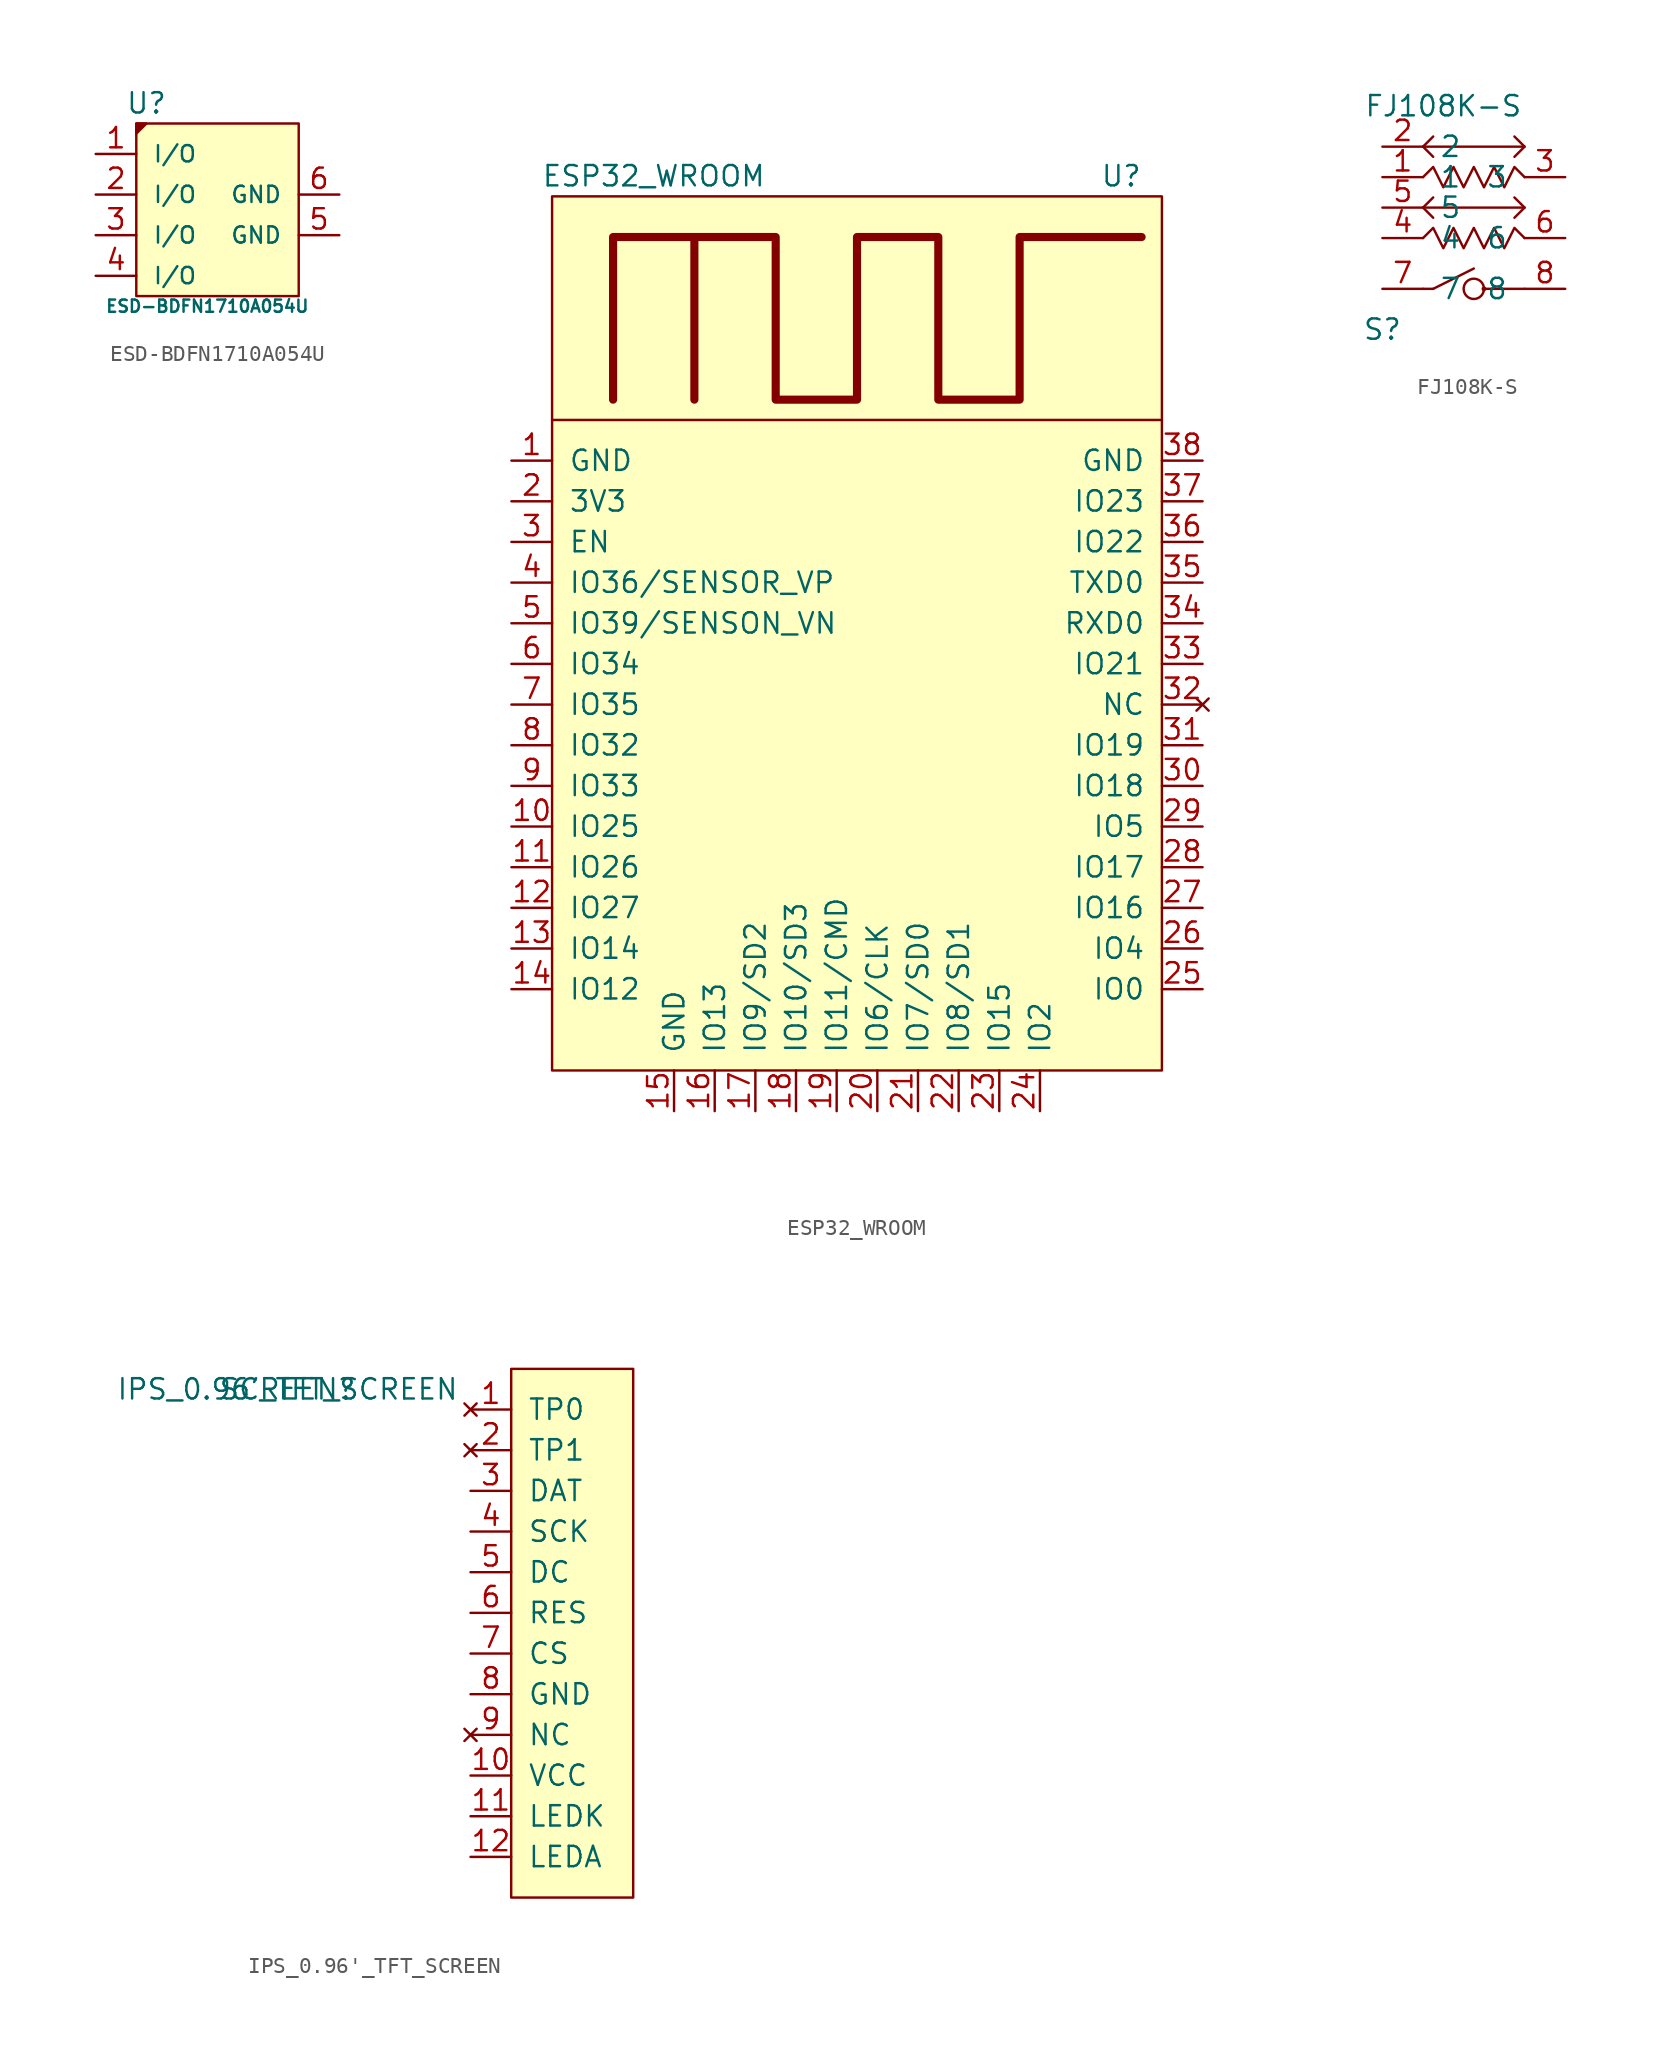
<source format=kicad_sym>
(kicad_symbol_lib
  (version 20211014)
  (generator kicad_symbol_editor)
  (symbol "ESD-BDFN1710A054U"
    (pin_names
      (offset 1.016))
    (property "Reference" "U"
      (at -4.445 5.715 0)
      (effects (font (size 1.27 1.27))))
    (property "Value" "ESD-BDFN1710A054U"
      (at -0.635 -6.985 0)
      (effects (font (size 0.762 0.762))))
    (symbol "ESD-BDFN1710A054U_0_1"
      (rectangle (start -5.08 -6.35) (end 5.08 4.445) (stroke (width 0) (type default) (color 0 0 0 0)) (fill (type background)))
      (polyline (pts (xy -5.08 4.445) (xy -5.08 3.81) (xy -4.445 4.445) (xy -5.08 4.445)) (stroke (width 0) (type default) (color 0 0 0 0)) (fill (type outline))))
    (symbol "ESD-BDFN1710A054U_1_1"
      (pin bidirectional line (at -7.62 2.54 0) (length 2.54) (name "I/O" (effects (font (size 1.016 1.016)))) (number "1" (effects (font (size 1.27 1.27)))))
      (pin bidirectional line (at -7.62 0 0) (length 2.54) (name "I/O" (effects (font (size 1.016 1.016)))) (number "2" (effects (font (size 1.27 1.27)))))
      (pin bidirectional line (at -7.62 -2.54 0) (length 2.54) (name "I/O" (effects (font (size 1.016 1.016)))) (number "3" (effects (font (size 1.27 1.27)))))
      (pin bidirectional line (at -7.62 -5.08 0) (length 2.54) (name "I/O" (effects (font (size 1.016 1.016)))) (number "4" (effects (font (size 1.27 1.27)))))
      (pin bidirectional line (at 7.62 -2.54 180) (length 2.54) (name "GND" (effects (font (size 1.016 1.016)))) (number "5" (effects (font (size 1.27 1.27)))))
      (pin bidirectional line (at 7.62 0 180) (length 2.54) (name "GND" (effects (font (size 1.016 1.016)))) (number "6" (effects (font (size 1.27 1.27)))))))
  (symbol "ESP32_WROOM"
    (pin_names
      (offset 1.016))
    (property "Reference" "U"
      (at 35.56 55.88 0)
      (effects (font (size 1.27 1.27))))
    (property "Value" "ESP32_WROOM"
      (at 6.35 55.88 0)
      (effects (font (size 1.27 1.27))))
    (symbol "ESP32_WROOM_0_1"
      (polyline (pts (xy 0 40.64) (xy 38.1 40.64)) (stroke (width 0) (type default) (color 0 0 0 0)) (fill (type none)))
      (polyline (pts (xy 3.81 41.91) (xy 3.81 52.07) (xy 8.89 52.07) (xy 8.89 41.91)) (stroke (width 0.508) (type default) (color 0 0 0 0)) (fill (type none)))
      (polyline (pts (xy 8.89 52.07) (xy 13.97 52.07) (xy 13.97 41.91) (xy 19.05 41.91) (xy 19.05 52.07) (xy 24.13 52.07) (xy 24.13 41.91) (xy 29.21 41.91) (xy 29.21 52.07) (xy 36.83 52.07)) (stroke (width 0.508) (type default) (color 0 0 0 0)) (fill (type none)))
      (rectangle (start 0 0) (end 38.1 54.61) (stroke (width 0) (type default) (color 0 0 0 0)) (fill (type background))))
    (symbol "ESP32_WROOM_1_1"
      (pin power_in line (at 40.64 38.1 180) (length 2.54) hide (name "GND" (effects (font (size 1.27 1.27)))) (number "0" (effects (font (size 1.27 1.27)))))
      (pin power_in line (at -2.54 38.1 0) (length 2.54) (name "GND" (effects (font (size 1.27 1.27)))) (number "1" (effects (font (size 1.27 1.27)))))
      (pin bidirectional line (at -2.54 15.24 0) (length 2.54) (name "IO25" (effects (font (size 1.27 1.27)))) (number "10" (effects (font (size 1.27 1.27)))))
      (pin bidirectional line (at -2.54 12.7 0) (length 2.54) (name "IO26" (effects (font (size 1.27 1.27)))) (number "11" (effects (font (size 1.27 1.27)))))
      (pin bidirectional line (at -2.54 10.16 0) (length 2.54) (name "IO27" (effects (font (size 1.27 1.27)))) (number "12" (effects (font (size 1.27 1.27)))))
      (pin bidirectional line (at -2.54 7.62 0) (length 2.54) (name "IO14" (effects (font (size 1.27 1.27)))) (number "13" (effects (font (size 1.27 1.27)))))
      (pin bidirectional line (at -2.54 5.08 0) (length 2.54) (name "IO12" (effects (font (size 1.27 1.27)))) (number "14" (effects (font (size 1.27 1.27)))))
      (pin power_in line (at 7.62 -2.54 90) (length 2.54) (name "GND" (effects (font (size 1.27 1.27)))) (number "15" (effects (font (size 1.27 1.27)))))
      (pin bidirectional line (at 10.16 -2.54 90) (length 2.54) (name "IO13" (effects (font (size 1.27 1.27)))) (number "16" (effects (font (size 1.27 1.27)))))
      (pin bidirectional line (at 12.7 -2.54 90) (length 2.54) (name "IO9/SD2" (effects (font (size 1.27 1.27)))) (number "17" (effects (font (size 1.27 1.27)))))
      (pin bidirectional line (at 15.24 -2.54 90) (length 2.54) (name "IO10/SD3" (effects (font (size 1.27 1.27)))) (number "18" (effects (font (size 1.27 1.27)))))
      (pin bidirectional line (at 17.78 -2.54 90) (length 2.54) (name "IO11/CMD" (effects (font (size 1.27 1.27)))) (number "19" (effects (font (size 1.27 1.27)))))
      (pin power_in line (at -2.54 35.56 0) (length 2.54) (name "3V3" (effects (font (size 1.27 1.27)))) (number "2" (effects (font (size 1.27 1.27)))))
      (pin bidirectional line (at 20.32 -2.54 90) (length 2.54) (name "IO6/CLK" (effects (font (size 1.27 1.27)))) (number "20" (effects (font (size 1.27 1.27)))))
      (pin bidirectional line (at 22.86 -2.54 90) (length 2.54) (name "IO7/SD0" (effects (font (size 1.27 1.27)))) (number "21" (effects (font (size 1.27 1.27)))))
      (pin bidirectional line (at 25.4 -2.54 90) (length 2.54) (name "IO8/SD1" (effects (font (size 1.27 1.27)))) (number "22" (effects (font (size 1.27 1.27)))))
      (pin bidirectional line (at 27.94 -2.54 90) (length 2.54) (name "IO15" (effects (font (size 1.27 1.27)))) (number "23" (effects (font (size 1.27 1.27)))))
      (pin bidirectional line (at 30.48 -2.54 90) (length 2.54) (name "IO2" (effects (font (size 1.27 1.27)))) (number "24" (effects (font (size 1.27 1.27)))))
      (pin bidirectional line (at 40.64 5.08 180) (length 2.54) (name "IO0" (effects (font (size 1.27 1.27)))) (number "25" (effects (font (size 1.27 1.27)))))
      (pin bidirectional line (at 40.64 7.62 180) (length 2.54) (name "IO4" (effects (font (size 1.27 1.27)))) (number "26" (effects (font (size 1.27 1.27)))))
      (pin bidirectional line (at 40.64 10.16 180) (length 2.54) (name "IO16" (effects (font (size 1.27 1.27)))) (number "27" (effects (font (size 1.27 1.27)))))
      (pin bidirectional line (at 40.64 12.7 180) (length 2.54) (name "IO17" (effects (font (size 1.27 1.27)))) (number "28" (effects (font (size 1.27 1.27)))))
      (pin bidirectional line (at 40.64 15.24 180) (length 2.54) (name "IO5" (effects (font (size 1.27 1.27)))) (number "29" (effects (font (size 1.27 1.27)))))
      (pin input line (at -2.54 33.02 0) (length 2.54) (name "EN" (effects (font (size 1.27 1.27)))) (number "3" (effects (font (size 1.27 1.27)))))
      (pin bidirectional line (at 40.64 17.78 180) (length 2.54) (name "IO18" (effects (font (size 1.27 1.27)))) (number "30" (effects (font (size 1.27 1.27)))))
      (pin bidirectional line (at 40.64 20.32 180) (length 2.54) (name "IO19" (effects (font (size 1.27 1.27)))) (number "31" (effects (font (size 1.27 1.27)))))
      (pin no_connect line (at 40.64 22.86 180) (length 2.54) (name "NC" (effects (font (size 1.27 1.27)))) (number "32" (effects (font (size 1.27 1.27)))))
      (pin bidirectional line (at 40.64 25.4 180) (length 2.54) (name "IO21" (effects (font (size 1.27 1.27)))) (number "33" (effects (font (size 1.27 1.27)))))
      (pin bidirectional line (at 40.64 27.94 180) (length 2.54) (name "RXD0" (effects (font (size 1.27 1.27)))) (number "34" (effects (font (size 1.27 1.27)))))
      (pin bidirectional line (at 40.64 30.48 180) (length 2.54) (name "TXD0" (effects (font (size 1.27 1.27)))) (number "35" (effects (font (size 1.27 1.27)))))
      (pin bidirectional line (at 40.64 33.02 180) (length 2.54) (name "IO22" (effects (font (size 1.27 1.27)))) (number "36" (effects (font (size 1.27 1.27)))))
      (pin bidirectional line (at 40.64 35.56 180) (length 2.54) (name "IO23" (effects (font (size 1.27 1.27)))) (number "37" (effects (font (size 1.27 1.27)))))
      (pin power_in line (at 40.64 38.1 180) (length 2.54) (name "GND" (effects (font (size 1.27 1.27)))) (number "38" (effects (font (size 1.27 1.27)))))
      (pin input line (at -2.54 30.48 0) (length 2.54) (name "IO36/SENSOR_VP" (effects (font (size 1.27 1.27)))) (number "4" (effects (font (size 1.27 1.27)))))
      (pin input line (at -2.54 27.94 0) (length 2.54) (name "IO39/SENSON_VN" (effects (font (size 1.27 1.27)))) (number "5" (effects (font (size 1.27 1.27)))))
      (pin input line (at -2.54 25.4 0) (length 2.54) (name "IO34" (effects (font (size 1.27 1.27)))) (number "6" (effects (font (size 1.27 1.27)))))
      (pin input line (at -2.54 22.86 0) (length 2.54) (name "IO35" (effects (font (size 1.27 1.27)))) (number "7" (effects (font (size 1.27 1.27)))))
      (pin bidirectional line (at -2.54 20.32 0) (length 2.54) (name "IO32" (effects (font (size 1.27 1.27)))) (number "8" (effects (font (size 1.27 1.27)))))
      (pin bidirectional line (at -2.54 17.78 0) (length 2.54) (name "IO33" (effects (font (size 1.27 1.27)))) (number "9" (effects (font (size 1.27 1.27)))))))
  (symbol "FJ108K-S"
    (pin_names
      (offset 1.016))
    (property "Reference" "S"
      (at -5.715 -5.08 0)
      (effects (font (size 1.27 1.27))))
    (property "Value" "FJ108K-S"
      (at -1.905 8.89 0)
      (effects (font (size 1.27 1.27))))
    (symbol "FJ108K-S_0_1"
      (circle (center 0 -2.54) (radius 0.635) (stroke (width 0) (type default) (color 0 0 0 0)) (fill (type none)))
      (polyline (pts (xy -3.175 2.54) (xy 3.175 2.54)) (stroke (width 0) (type default) (color 0 0 0 0)) (fill (type none)))
      (polyline (pts (xy -3.175 6.35) (xy 3.175 6.35)) (stroke (width 0) (type default) (color 0 0 0 0)) (fill (type none)))
      (polyline (pts (xy -2.54 -2.54) (xy -3.175 -2.54)) (stroke (width 0) (type default) (color 0 0 0 0)) (fill (type none)))
      (polyline (pts (xy -2.54 -2.54) (xy 0 -1.27)) (stroke (width 0) (type default) (color 0 0 0 0)) (fill (type none)))
      (polyline (pts (xy 0.635 -2.54) (xy 3.175 -2.54)) (stroke (width 0) (type default) (color 0 0 0 0)) (fill (type none)))
      (polyline (pts (xy -2.54 3.175) (xy -3.175 2.54) (xy -2.54 1.905)) (stroke (width 0) (type default) (color 0 0 0 0)) (fill (type none)))
      (polyline (pts (xy 2.54 3.175) (xy 3.175 2.54) (xy 2.54 1.905)) (stroke (width 0) (type default) (color 0 0 0 0)) (fill (type none)))
      (polyline (pts (xy 2.54 6.985) (xy 3.175 6.35) (xy 2.54 5.715)) (stroke (width 0) (type default) (color 0 0 0 0)) (fill (type none)))
      (polyline (pts (xy -3.175 6.35) (xy -2.54 6.985) (xy -3.175 6.35) (xy -2.54 5.715)) (stroke (width 0) (type default) (color 0 0 0 0)) (fill (type none)))
      (polyline (pts (xy -3.175 0.635) (xy -2.54 1.27) (xy -1.905 0) (xy -1.27 1.27) (xy -0.635 0) (xy 0 1.27) (xy 0.635 0) (xy 1.27 1.27) (xy 1.905 0) (xy 2.54 1.27) (xy 3.175 0.635)) (stroke (width 0) (type default) (color 0 0 0 0)) (fill (type none)))
      (polyline (pts (xy -3.175 4.445) (xy -2.54 5.08) (xy -1.905 3.81) (xy -1.27 5.08) (xy -0.635 3.81) (xy 0 5.08) (xy 0.635 3.81) (xy 1.27 5.08) (xy 1.905 3.81) (xy 2.54 5.08) (xy 3.175 4.445)) (stroke (width 0) (type default) (color 0 0 0 0)) (fill (type none)))
      (circle (center 0.635 -2.54) (radius 0.0001) (stroke (width 0) (type default) (color 0 0 0 0)) (fill (type none))))
    (symbol "FJ108K-S_1_1"
      (pin bidirectional line (at -5.715 4.445 0) (length 2.54) (name "1" (effects (font (size 1.27 1.27)))) (number "1" (effects (font (size 1.27 1.27)))))
      (pin bidirectional line (at -5.715 6.35 0) (length 2.54) (name "2" (effects (font (size 1.27 1.27)))) (number "2" (effects (font (size 1.27 1.27)))))
      (pin bidirectional line (at 5.715 4.445 180) (length 2.54) (name "3" (effects (font (size 1.27 1.27)))) (number "3" (effects (font (size 1.27 1.27)))))
      (pin bidirectional line (at -5.715 0.635 0) (length 2.54) (name "4" (effects (font (size 1.27 1.27)))) (number "4" (effects (font (size 1.27 1.27)))))
      (pin bidirectional line (at -5.715 2.54 0) (length 2.54) (name "5" (effects (font (size 1.27 1.27)))) (number "5" (effects (font (size 1.27 1.27)))))
      (pin bidirectional line (at 5.715 0.635 180) (length 2.54) (name "6" (effects (font (size 1.27 1.27)))) (number "6" (effects (font (size 1.27 1.27)))))
      (pin bidirectional line (at -5.715 -2.54 0) (length 2.54) (name "7" (effects (font (size 1.27 1.27)))) (number "7" (effects (font (size 1.27 1.27)))))
      (pin bidirectional line (at 5.715 -2.54 180) (length 2.54) (name "8" (effects (font (size 1.27 1.27)))) (number "8" (effects (font (size 1.27 1.27)))))))
  (symbol "IPS_0.96'_TFT_SCREEN"
    (pin_names
      (offset 1.016))
    (property "Reference" "SCREEN"
      (at -13.97 16.51 0)
      (effects (font (size 1.27 1.27))))
    (property "Value" "IPS_0.96'_TFT_SCREEN"
      (at -13.97 16.51 0)
      (effects (font (size 1.27 1.27))))
    (symbol "IPS_0.96'_TFT_SCREEN_0_1"
      (rectangle (start 0 17.78) (end 7.62 -15.24) (stroke (width 0) (type default) (color 0 0 0 0)) (fill (type background))))
    (symbol "IPS_0.96'_TFT_SCREEN_1_1"
      (pin no_connect line (at -2.54 15.24 0) (length 2.54) (name "TP0" (effects (font (size 1.27 1.27)))) (number "1" (effects (font (size 1.27 1.27)))))
      (pin input line (at -2.54 -7.62 0) (length 2.54) (name "VCC" (effects (font (size 1.27 1.27)))) (number "10" (effects (font (size 1.27 1.27)))))
      (pin input line (at -2.54 -10.16 0) (length 2.54) (name "LEDK" (effects (font (size 1.27 1.27)))) (number "11" (effects (font (size 1.27 1.27)))))
      (pin input line (at -2.54 -12.7 0) (length 2.54) (name "LEDA" (effects (font (size 1.27 1.27)))) (number "12" (effects (font (size 1.27 1.27)))))
      (pin no_connect line (at -2.54 12.7 0) (length 2.54) (name "TP1" (effects (font (size 1.27 1.27)))) (number "2" (effects (font (size 1.27 1.27)))))
      (pin input line (at -2.54 10.16 0) (length 2.54) (name "DAT" (effects (font (size 1.27 1.27)))) (number "3" (effects (font (size 1.27 1.27)))))
      (pin input line (at -2.54 7.62 0) (length 2.54) (name "SCK" (effects (font (size 1.27 1.27)))) (number "4" (effects (font (size 1.27 1.27)))))
      (pin input line (at -2.54 5.08 0) (length 2.54) (name "DC" (effects (font (size 1.27 1.27)))) (number "5" (effects (font (size 1.27 1.27)))))
      (pin input line (at -2.54 2.54 0) (length 2.54) (name "RES" (effects (font (size 1.27 1.27)))) (number "6" (effects (font (size 1.27 1.27)))))
      (pin input line (at -2.54 0 0) (length 2.54) (name "CS" (effects (font (size 1.27 1.27)))) (number "7" (effects (font (size 1.27 1.27)))))
      (pin input line (at -2.54 -2.54 0) (length 2.54) (name "GND" (effects (font (size 1.27 1.27)))) (number "8" (effects (font (size 1.27 1.27)))))
      (pin no_connect line (at -2.54 -5.08 0) (length 2.54) (name "NC" (effects (font (size 1.27 1.27)))) (number "9" (effects (font (size 1.27 1.27))))))))
</source>
